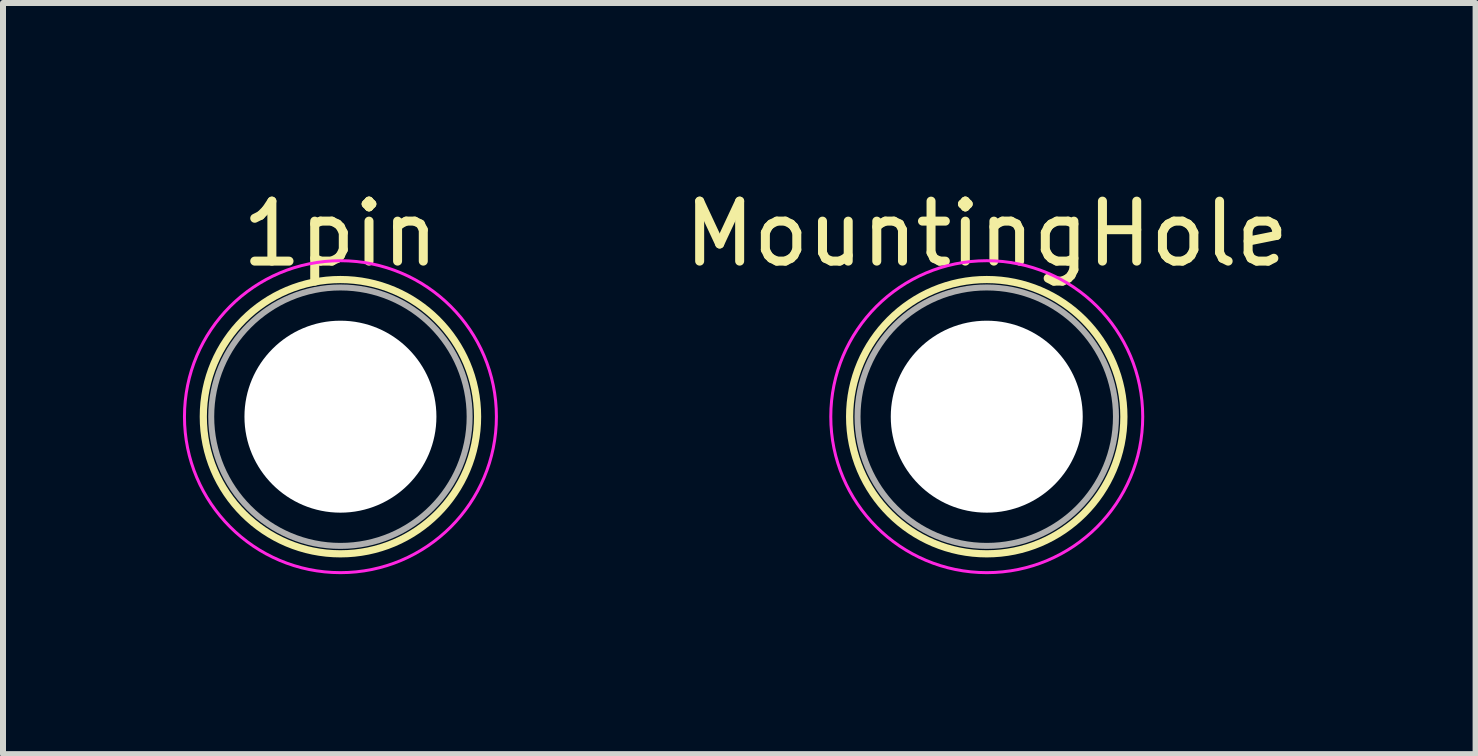
<source format=kicad_pcb>
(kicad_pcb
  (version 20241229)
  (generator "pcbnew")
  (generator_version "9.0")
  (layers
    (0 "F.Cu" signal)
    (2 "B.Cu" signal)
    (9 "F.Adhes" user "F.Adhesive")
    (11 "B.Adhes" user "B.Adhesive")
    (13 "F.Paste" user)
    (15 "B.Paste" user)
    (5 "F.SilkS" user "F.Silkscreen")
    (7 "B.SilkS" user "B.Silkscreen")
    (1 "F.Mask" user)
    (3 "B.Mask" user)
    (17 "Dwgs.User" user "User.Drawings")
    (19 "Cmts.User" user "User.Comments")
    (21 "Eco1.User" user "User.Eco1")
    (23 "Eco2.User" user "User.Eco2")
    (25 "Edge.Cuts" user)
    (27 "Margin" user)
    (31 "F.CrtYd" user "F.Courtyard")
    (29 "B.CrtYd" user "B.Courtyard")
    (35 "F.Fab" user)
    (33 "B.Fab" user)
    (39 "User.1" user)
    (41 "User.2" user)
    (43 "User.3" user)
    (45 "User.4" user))
  (footprint "MountingHole"
    (layer "F.Cu")
    (at 13.399 3.896)
    (property "Reference" "MountingHole" (at 0 -3.048 0) (layer "F.SilkS") (effects (font (size 1 1) (thickness 0.15))))
    (attr through_hole)
    (fp_circle (center 0 0) (end 0 -2.286) (stroke (width 0.12) (type solid)) (fill no) (layer "F.SilkS"))
    (fp_circle (center 0 0) (end 2.6 0) (stroke (width 0.05) (type solid)) (fill no) (layer "F.CrtYd"))
    (fp_circle (center 0 0) (end 2 0.8) (stroke (width 0.1) (type solid)) (fill no) (layer "F.Fab"))
    (pad "" np_thru_hole circle (at 0 0) (size 3.2 3.2) (drill 3.2) (layers "*.Cu" "*.Mask")))
  (footprint "1pin"
    (layer "F.Cu")
    (at 2.625 3.896)
    (property "Reference" "1pin" (at 0 -3.048 0) (layer "F.SilkS") (effects (font (size 1 1) (thickness 0.15))))
    (attr through_hole)
    (fp_circle (center 0 0) (end 0 -2.286) (stroke (width 0.12) (type solid)) (fill no) (layer "F.SilkS"))
    (fp_circle (center 0 0) (end 2.6 0) (stroke (width 0.05) (type solid)) (fill no) (layer "F.CrtYd"))
    (fp_circle (center 0 0) (end 2 0.8) (stroke (width 0.1) (type solid)) (fill no) (layer "F.Fab"))
    (pad "" np_thru_hole circle (at 0 0) (size 3.2 3.2) (drill 3.2) (layers "*.Cu" "*.Mask")))
  (gr_rect
    (start -3 -3)
    (end 21.548 9.521)
    (stroke (width 0.1) (type default))
    (fill no)
    (layer "Edge.Cuts")))
</source>
